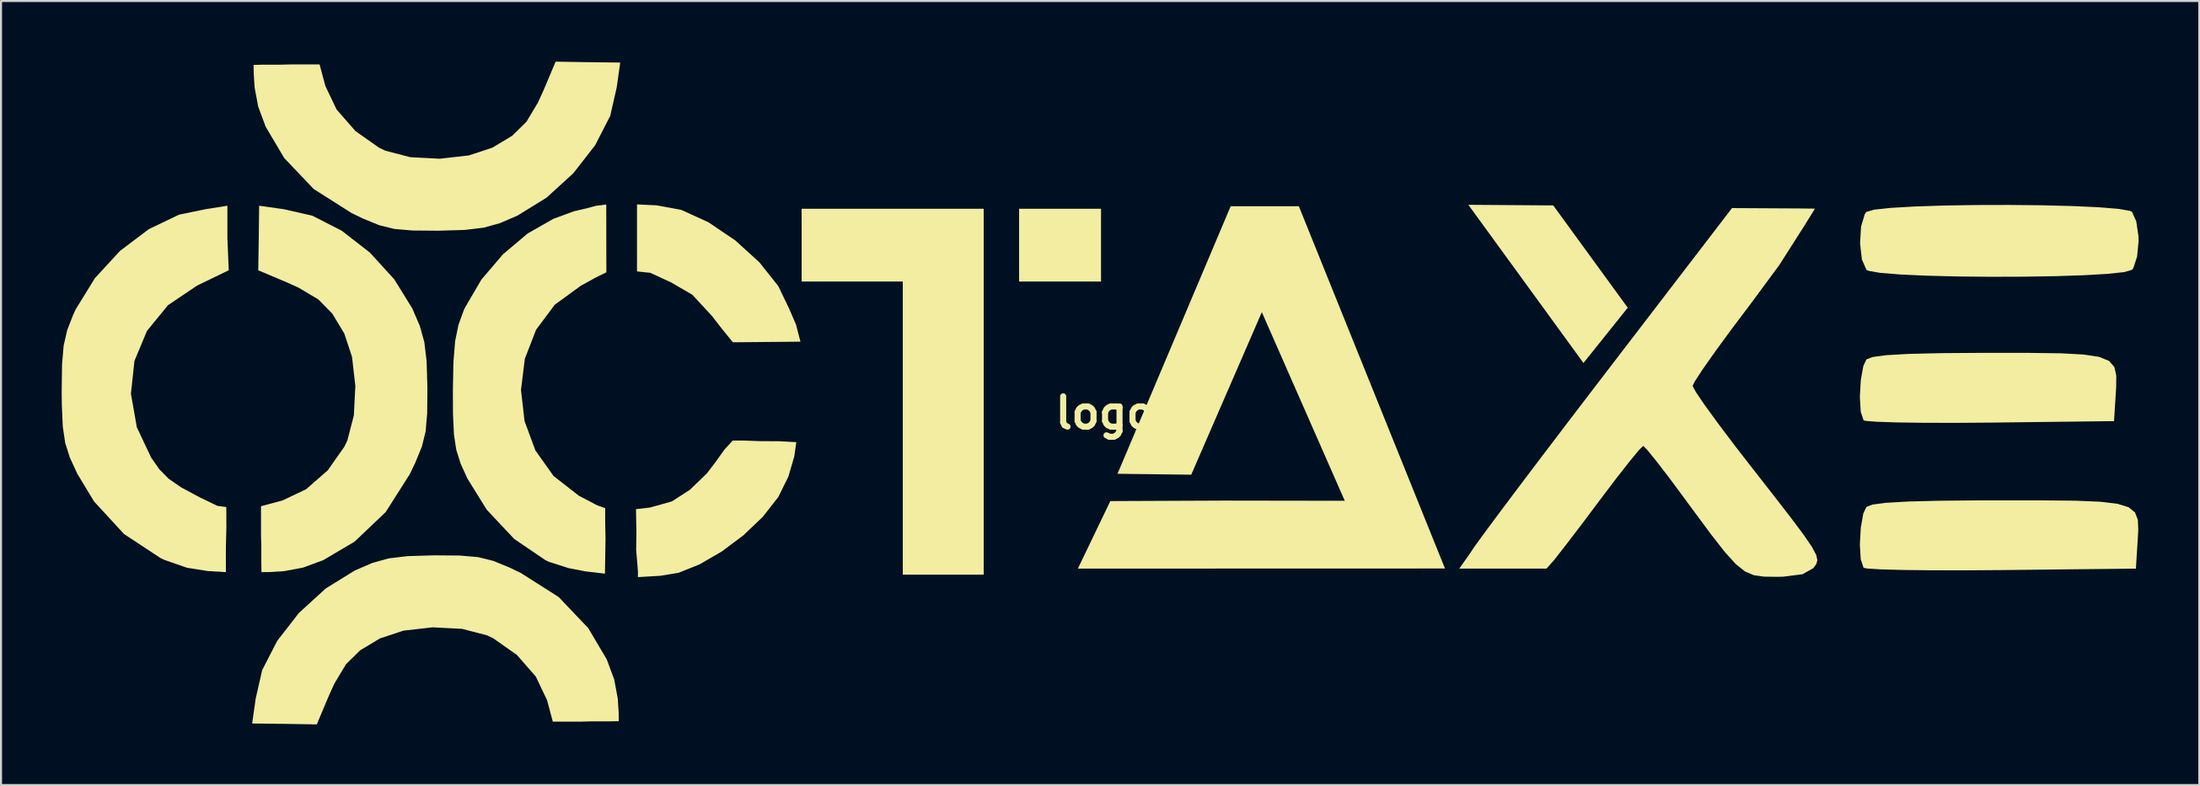
<source format=kicad_pcb>
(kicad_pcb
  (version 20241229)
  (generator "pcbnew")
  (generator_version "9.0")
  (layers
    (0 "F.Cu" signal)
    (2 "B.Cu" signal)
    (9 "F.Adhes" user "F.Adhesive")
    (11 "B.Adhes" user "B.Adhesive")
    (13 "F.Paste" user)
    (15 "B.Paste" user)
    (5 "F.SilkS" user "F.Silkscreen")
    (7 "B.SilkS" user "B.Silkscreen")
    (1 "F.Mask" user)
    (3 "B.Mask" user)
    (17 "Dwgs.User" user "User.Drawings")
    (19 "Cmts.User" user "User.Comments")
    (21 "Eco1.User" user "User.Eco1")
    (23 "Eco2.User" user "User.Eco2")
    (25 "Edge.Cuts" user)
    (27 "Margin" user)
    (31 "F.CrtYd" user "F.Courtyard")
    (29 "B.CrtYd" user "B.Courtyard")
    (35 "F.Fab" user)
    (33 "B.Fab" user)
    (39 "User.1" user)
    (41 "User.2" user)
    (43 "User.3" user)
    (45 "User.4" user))
  (footprint "logo"
    (layer "F.Cu")
    (at 51.582 17.376)
    (property "Reference" "logo" (at 0 0 0) (layer "F.SilkS") (effects (font (size 1.5 1.5) (thickness 0.3))))
    (attr board_only exclude_from_pos_files exclude_from_bom)
    (fp_poly (pts (xy -4.25 -10.1) (xy -4.25 -6.5) (xy -0.2 -6.5) (xy -0.2 -10.1)) (stroke (width 0) (type solid)) (fill yes) (layer "F.SilkS"))
    (fp_poly (pts (xy 25.84 -5.205) (xy 23.65 -2.47) (xy 22.352 -4.256) (xy 17.96 -10.295) (xy 22.156 -10.265)) (stroke (width 0) (type solid)) (fill yes) (layer "F.SilkS"))
    (fp_poly (pts (xy -15 -6.5) (xy -10 -6.5) (xy -10 8) (xy -6 8) (xy -6 -10.1) (xy -15 -10.1)) (stroke (width 0) (type solid)) (fill yes) (layer "F.SilkS"))
    (fp_poly (pts (xy 9.58 -10.225) (xy 16.805 7.695) (xy -1.345 7.7) (xy 0.26 4.36) (xy 5.852 4.336) (xy 11.85 4.345) (xy 7.75 -4.985) (xy 4.26 3.055) (xy 0.615 3.01) (xy 6.21 -10.225)) (stroke (width 0) (type solid)) (fill yes) (layer "F.SilkS"))
    (fp_poly (pts (xy -20.948 -10.043) (xy -19.611 -9.433) (xy -18.282 -8.535) (xy -17.088 -7.449) (xy -16.153 -6.271) (xy -15.62 -5.159) (xy -15.28 -4.375) (xy -15.06 -3.525) (xy -18.4 -3.495) (xy -18.93 -4.146) (xy -19.428 -4.789) (xy -20.404 -5.845) (xy -21.488 -6.476) (xy -21.544 -6.497) (xy -22.486 -6.932) (xy -23.14 -7) (xy -23.14 -10.315) (xy -22.168 -10.268)) (stroke (width 0) (type solid)) (fill yes) (layer "F.SilkS"))
    (fp_poly (pts (xy -16.125 1.4) (xy -15.265 1.445) (xy -15.365 2.15) (xy -15.632 3.067) (xy -15.662 3.16) (xy -16.153 4.156) (xy -16.92 5.137) (xy -17.881 6.054) (xy -18.95 6.854) (xy -20.045 7.489) (xy -21.083 7.906) (xy -21.981 8.055) (xy -23.095 8.12) (xy -23.095 7.825) (xy -23.182 6.767) (xy -23.169 5.905) (xy -23.19 4.76) (xy -22.51 4.681) (xy -22.188 4.593) (xy -21.415 4.376) (xy -20.529 3.804) (xy -19.685 2.99) (xy -19.267 2.442) (xy -18.814 1.809) (xy -18.405 1.365) (xy -17.836 1.367) (xy -17.075 1.395)) (stroke (width 0) (type solid)) (fill yes) (layer "F.SilkS"))
    (fp_poly (pts (xy 45.706 -2.97) (xy 47.249 -2.95) (xy 48.376 -2.89) (xy 49.152 -2.771) (xy 49.638 -2.571) (xy 49.897 -2.27) (xy 49.992 -1.847) (xy 49.987 -1.281) (xy 49.963 -0.899) (xy 49.88 0.405) (xy 43.782 0.478) (xy 42.019 0.491) (xy 40.439 0.487) (xy 39.122 0.469) (xy 38.147 0.436) (xy 37.594 0.392) (xy 37.5 0.365) (xy 37.358 -0.058) (xy 37.315 -0.793) (xy 37.361 -1.62) (xy 37.486 -2.321) (xy 37.639 -2.648) (xy 37.952 -2.768) (xy 38.644 -2.859) (xy 39.754 -2.921) (xy 41.322 -2.958) (xy 43.386 -2.972) (xy 43.686 -2.972)) (stroke (width 0) (type solid)) (fill yes) (layer "F.SilkS"))
    (fp_poly (pts (xy 46.341 4.325) (xy 47.975 4.341) (xy 49.19 4.391) (xy 50.045 4.492) (xy 50.601 4.664) (xy 50.919 4.924) (xy 51.058 5.29) (xy 51.079 5.782) (xy 51.044 6.397) (xy 50.961 7.701) (xy 44.323 7.773) (xy 42.48 7.786) (xy 40.819 7.783) (xy 39.416 7.767) (xy 38.345 7.738) (xy 37.682 7.697) (xy 37.5 7.661) (xy 37.357 7.237) (xy 37.315 6.503) (xy 37.361 5.676) (xy 37.486 4.974) (xy 37.639 4.648) (xy 37.937 4.533) (xy 38.601 4.446) (xy 39.668 4.383) (xy 41.18 4.344) (xy 43.175 4.325) (xy 44.226 4.323)) (stroke (width 0) (type solid)) (fill yes) (layer "F.SilkS"))
    (fp_poly (pts (xy 46.312 -10.272) (xy 47.821 -10.234) (xy 49.113 -10.175) (xy 50.095 -10.095) (xy 50.672 -9.993) (xy 50.771 -9.944) (xy 50.978 -9.482) (xy 51.089 -8.735) (xy 51.096 -8.512) (xy 51.021 -7.731) (xy 50.835 -7.165) (xy 50.771 -7.08) (xy 50.396 -6.969) (xy 49.576 -6.88) (xy 48.404 -6.812) (xy 46.976 -6.765) (xy 45.386 -6.74) (xy 43.729 -6.735) (xy 42.099 -6.752) (xy 40.59 -6.79) (xy 39.297 -6.849) (xy 38.315 -6.929) (xy 37.739 -7.03) (xy 37.639 -7.08) (xy 37.414 -7.594) (xy 37.326 -8.388) (xy 37.374 -9.217) (xy 37.56 -9.837) (xy 37.639 -9.944) (xy 38.014 -10.054) (xy 38.835 -10.143) (xy 40.006 -10.211) (xy 41.434 -10.258) (xy 43.024 -10.284) (xy 44.682 -10.288)) (stroke (width 0) (type solid)) (fill yes) (layer "F.SilkS"))
    (fp_poly (pts (xy -43.39 -8.64) (xy -43.323 -7.058) (xy -44.89 -6.299) (xy -46.328 -5.329) (xy -47.367 -4.057) (xy -47.986 -2.569) (xy -48.16 -0.951) (xy -47.867 0.709) (xy -47.157 2.213) (xy -46.749 2.793) (xy -46.294 3.255) (xy -45.669 3.686) (xy -44.753 4.177) (xy -43.889 4.595) (xy -43.445 4.655) (xy -43.44 5.675) (xy -43.465 6.645) (xy -43.465 7.875) (xy -44.365 7.82) (xy -45.384 7.66) (xy -46.503 7.271) (xy -46.693 7.181) (xy -48.5 5.99) (xy -49.979 4.383) (xy -50.806 3.017) (xy -51.178 2.21) (xy -51.408 1.487) (xy -51.529 0.669) (xy -51.576 -0.425) (xy -51.582 -1.081) (xy -51.565 -2.386) (xy -51.485 -3.332) (xy -51.31 -4.098) (xy -51.009 -4.867) (xy -50.884 -5.134) (xy -49.94 -6.667) (xy -48.7 -8.015) (xy -47.275 -9.091) (xy -45.779 -9.808) (xy -44.488 -10.075) (xy -43.39 -10.25)) (stroke (width 0) (type solid)) (fill yes) (layer "F.SilkS"))
    (fp_poly (pts (xy -41.991 14.127) (xy -41.671 12.725) (xy -40.927 11.273) (xy -39.848 9.887) (xy -38.526 8.681) (xy -37.089 7.793) (xy -36.226 7.42) (xy -35.424 7.196) (xy -34.485 7.083) (xy -33.215 7.045) (xy -33.127 7.044) (xy -31.895 7.054) (xy -31.002 7.131) (xy -30.248 7.317) (xy -29.432 7.652) (xy -28.883 7.917) (xy -27.012 9.106) (xy -25.553 10.64) (xy -24.636 12.189) (xy -24.267 13.187) (xy -24.091 14.125) (xy -24.046 14.831) (xy -24.041 15.246) (xy -24.521 15.256) (xy -25.32 15.255) (xy -25.871 15.269) (xy -27.302 15.269) (xy -27.589 14.202) (xy -28.141 13.043) (xy -29.077 11.971) (xy -30.246 11.148) (xy -30.557 11) (xy -31.79 10.68) (xy -33.247 10.605) (xy -34.687 10.769) (xy -35.845 11.152) (xy -36.828 11.743) (xy -37.529 12.432) (xy -38.104 13.394) (xy -38.378 13.999) (xy -38.971 15.406) (xy -40.506 15.381) (xy -42.166 15.361)) (stroke (width 0) (type solid)) (fill yes) (layer "F.SilkS"))
    (fp_poly (pts (xy -40.586 -10.074) (xy -39.184 -9.754) (xy -37.732 -9.01) (xy -36.346 -7.932) (xy -35.14 -6.609) (xy -34.252 -5.173) (xy -33.879 -4.31) (xy -33.655 -3.507) (xy -33.542 -2.569) (xy -33.504 -1.299) (xy -33.503 -1.211) (xy -33.513 0.021) (xy -33.59 0.914) (xy -33.776 1.668) (xy -34.111 2.484) (xy -34.376 3.034) (xy -35.565 4.904) (xy -37.099 6.364) (xy -38.648 7.28) (xy -39.646 7.649) (xy -40.583 7.825) (xy -41.29 7.87) (xy -41.705 7.875) (xy -41.715 7.395) (xy -41.714 6.596) (xy -41.728 6.045) (xy -41.728 4.614) (xy -40.661 4.327) (xy -39.502 3.776) (xy -38.43 2.84) (xy -37.607 1.67) (xy -37.459 1.359) (xy -37.139 0.126) (xy -37.064 -1.33) (xy -37.228 -2.77) (xy -37.611 -3.929) (xy -38.202 -4.911) (xy -38.891 -5.612) (xy -39.853 -6.187) (xy -40.458 -6.462) (xy -41.865 -7.055) (xy -41.84 -8.59) (xy -41.82 -10.25)) (stroke (width 0) (type solid)) (fill yes) (layer "F.SilkS"))
    (fp_poly (pts (xy -25.175 -10.245) (xy -24.66 -10.31) (xy -24.655 -6.955) (xy -25.196 -6.69) (xy -25.879 -6.312) (xy -25.913 -6.295) (xy -27.207 -5.352) (xy -28.131 -4.113) (xy -28.686 -2.677) (xy -28.875 -1.14) (xy -28.7 0.403) (xy -28.163 1.855) (xy -27.266 3.119) (xy -26.012 4.098) (xy -25.666 4.277) (xy -25.109 4.57) (xy -24.715 4.71) (xy -24.713 5.414) (xy -24.697 6.217) (xy -24.725 7.95) (xy -25.705 7.835) (xy -26.526 7.675) (xy -27.491 7.366) (xy -27.666 7.284) (xy -29.209 6.235) (xy -30.565 4.792) (xy -31.526 3.244) (xy -31.861 2.502) (xy -32.074 1.828) (xy -32.191 1.064) (xy -32.238 0.049) (xy -32.243 -1.081) (xy -32.216 -2.507) (xy -32.132 -3.547) (xy -31.968 -4.353) (xy -31.704 -5.08) (xy -31.653 -5.193) (xy -30.836 -6.592) (xy -29.767 -7.846) (xy -28.548 -8.875) (xy -27.281 -9.599) (xy -26.26 -9.975) (xy -25.575 -10.135)) (stroke (width 0) (type solid)) (fill yes) (layer "F.SilkS"))
    (fp_poly (pts (xy -24.144 -16.097) (xy -24.464 -14.695) (xy -25.208 -13.243) (xy -26.287 -11.857) (xy -27.609 -10.651) (xy -29.046 -9.763) (xy -29.909 -9.39) (xy -30.711 -9.166) (xy -31.65 -9.053) (xy -32.92 -9.015) (xy -33.008 -9.014) (xy -34.24 -9.024) (xy -35.133 -9.101) (xy -35.887 -9.287) (xy -36.703 -9.622) (xy -37.252 -9.887) (xy -39.123 -11.076) (xy -40.582 -12.61) (xy -41.499 -14.159) (xy -41.868 -15.157) (xy -42.044 -16.095) (xy -42.089 -16.801) (xy -42.094 -17.216) (xy -41.614 -17.226) (xy -40.815 -17.225) (xy -40.264 -17.239) (xy -38.833 -17.239) (xy -38.546 -16.172) (xy -37.994 -15.013) (xy -37.058 -13.941) (xy -35.889 -13.118) (xy -35.578 -12.97) (xy -34.345 -12.65) (xy -32.888 -12.575) (xy -31.448 -12.739) (xy -30.29 -13.122) (xy -29.307 -13.713) (xy -28.606 -14.402) (xy -28.031 -15.364) (xy -27.757 -15.969) (xy -27.164 -17.376) (xy -25.629 -17.351) (xy -23.969 -17.331)) (stroke (width 0) (type solid)) (fill yes) (layer "F.SilkS"))
    (fp_poly (pts (xy 34.315 -10.115) (xy 35.095 -10.105) (xy 34.545 -9.219) (xy 33.33 -7.312) (xy 31.909 -5.387) (xy 30.976 -4.149) (xy 30.171 -3.048) (xy 29.546 -2.16) (xy 29.155 -1.561) (xy 29.047 -1.338) (xy 29.206 -1.035) (xy 29.647 -0.387) (xy 30.315 0.532) (xy 31.154 1.644) (xy 31.866 2.562) (xy 33.044 4.07) (xy 33.926 5.21) (xy 34.548 6.043) (xy 34.946 6.627) (xy 35.156 7.022) (xy 35.215 7.287) (xy 35.159 7.48) (xy 35.025 7.661) (xy 35.01 7.679) (xy 34.482 7.978) (xy 33.511 8.101) (xy 33.189 8.106) (xy 32.574 8.097) (xy 32.082 8.03) (xy 31.642 7.844) (xy 31.185 7.481) (xy 30.641 6.881) (xy 29.941 5.984) (xy 29.014 4.731) (xy 28.641 4.222) (xy 27.893 3.215) (xy 27.26 2.39) (xy 26.807 1.833) (xy 26.605 1.63) (xy 26.399 1.831) (xy 25.938 2.388) (xy 25.286 3.221) (xy 24.506 4.249) (xy 24.331 4.484) (xy 23.504 5.586) (xy 22.765 6.553) (xy 22.189 7.289) (xy 21.825 7.7) (xy 17.51 7.7) (xy 18.048 6.938) (xy 18.238 6.649) (xy 18.723 5.98) (xy 19.464 4.98) (xy 20.425 3.698) (xy 21.57 2.182) (xy 22.863 0.481) (xy 24.267 -1.357) (xy 24.591 -1.78) (xy 30.994 -10.133)) (stroke (width 0) (type solid)) (fill yes) (layer "F.SilkS")))
  (gr_rect
    (start -3 -3)
    (end 105.677 35.782)
    (stroke (width 0.1) (type default))
    (fill no)
    (layer "Edge.Cuts")))
</source>
